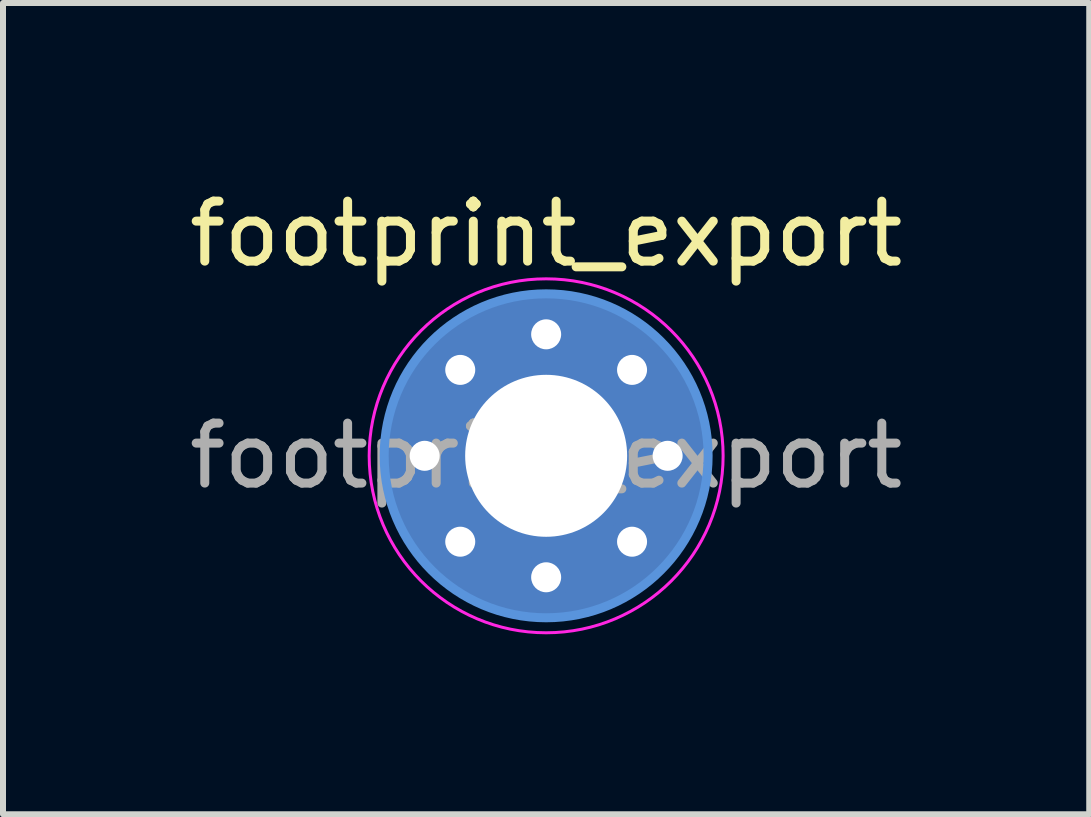
<source format=kicad_pcb>
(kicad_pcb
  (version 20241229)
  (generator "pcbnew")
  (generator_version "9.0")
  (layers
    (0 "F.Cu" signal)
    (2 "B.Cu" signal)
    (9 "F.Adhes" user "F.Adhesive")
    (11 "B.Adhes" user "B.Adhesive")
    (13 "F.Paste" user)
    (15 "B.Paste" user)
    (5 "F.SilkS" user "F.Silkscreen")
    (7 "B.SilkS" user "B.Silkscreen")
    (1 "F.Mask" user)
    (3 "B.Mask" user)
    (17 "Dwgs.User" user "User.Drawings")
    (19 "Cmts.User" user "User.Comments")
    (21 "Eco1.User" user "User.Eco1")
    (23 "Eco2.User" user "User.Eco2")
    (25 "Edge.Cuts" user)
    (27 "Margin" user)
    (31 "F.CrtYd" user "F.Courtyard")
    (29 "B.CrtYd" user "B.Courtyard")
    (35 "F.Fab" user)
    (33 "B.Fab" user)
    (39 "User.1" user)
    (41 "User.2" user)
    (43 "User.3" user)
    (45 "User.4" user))
  (footprint "footprint_export"
    (layer "F.Cu")
    (at 6.054 4.548)
    (property "Reference" "footprint_export" (at 0 -3.7 0) (layer "F.SilkS") (effects (font (size 1 1) (thickness 0.15))))
    (attr exclude_from_pos_files exclude_from_bom)
    (fp_circle (center 0 0) (end 2.7 0) (stroke (width 0.15) (type solid)) (fill no) (layer "Cmts.User"))
    (fp_circle (center 0 0) (end 2.95 0) (stroke (width 0.05) (type solid)) (fill no) (layer "F.CrtYd"))
    (fp_text user "${REFERENCE}" (at 0 0 0) (layer "F.Fab") (effects (font (size 1 1) (thickness 0.15))))
    (pad "1" thru_hole circle (at -2.025 0) (size 0.8 0.8) (drill 0.5) (layers "*.Cu" "*.Mask"))
    (pad "1" thru_hole circle (at -1.432 -1.432) (size 0.8 0.8) (drill 0.5) (layers "*.Cu" "*.Mask"))
    (pad "1" thru_hole circle (at -1.432 1.432) (size 0.8 0.8) (drill 0.5) (layers "*.Cu" "*.Mask"))
    (pad "1" thru_hole circle (at 0 -2.025) (size 0.8 0.8) (drill 0.5) (layers "*.Cu" "*.Mask"))
    (pad "1" thru_hole circle (at 0 0) (size 5.4 5.4) (drill 2.7) (layers "*.Cu" "*.Mask"))
    (pad "1" thru_hole circle (at 0 2.025) (size 0.8 0.8) (drill 0.5) (layers "*.Cu" "*.Mask"))
    (pad "1" thru_hole circle (at 1.432 -1.432) (size 0.8 0.8) (drill 0.5) (layers "*.Cu" "*.Mask"))
    (pad "1" thru_hole circle (at 1.432 1.432) (size 0.8 0.8) (drill 0.5) (layers "*.Cu" "*.Mask"))
    (pad "1" thru_hole circle (at 2.025 0) (size 0.8 0.8) (drill 0.5) (layers "*.Cu" "*.Mask")))
  (gr_rect
    (start -3 -3)
    (end 15.107 10.523)
    (stroke (width 0.1) (type default))
    (fill no)
    (layer "Edge.Cuts")))
</source>
